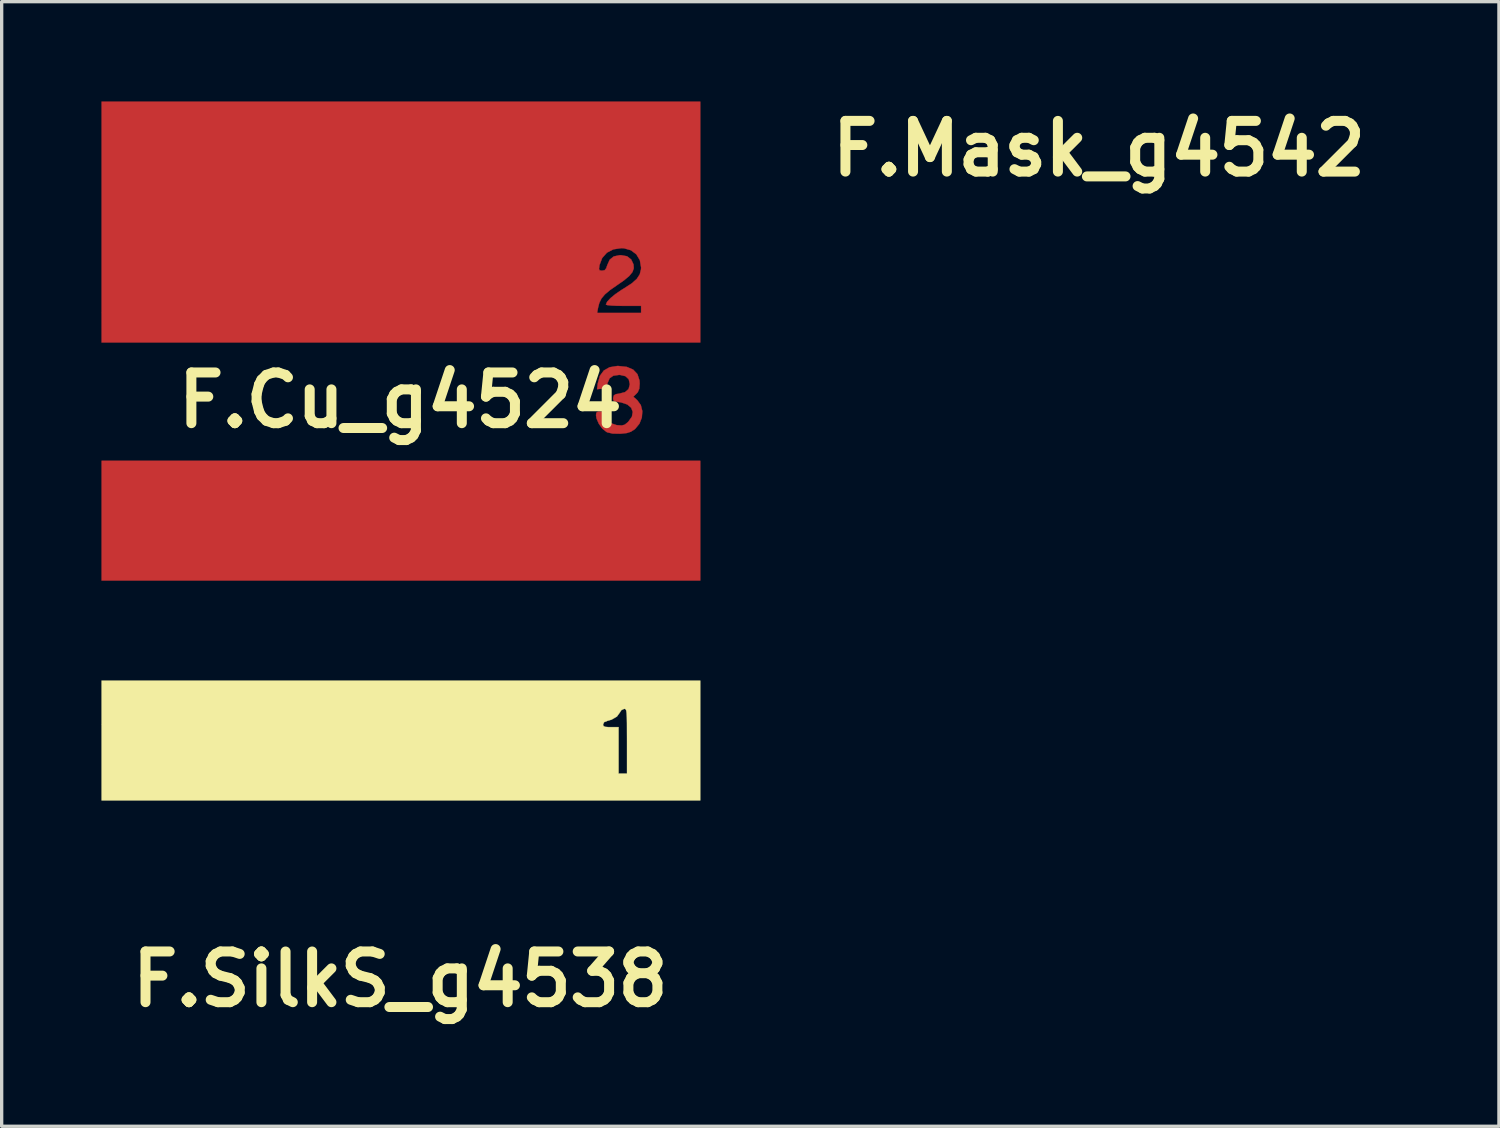
<source format=kicad_pcb>
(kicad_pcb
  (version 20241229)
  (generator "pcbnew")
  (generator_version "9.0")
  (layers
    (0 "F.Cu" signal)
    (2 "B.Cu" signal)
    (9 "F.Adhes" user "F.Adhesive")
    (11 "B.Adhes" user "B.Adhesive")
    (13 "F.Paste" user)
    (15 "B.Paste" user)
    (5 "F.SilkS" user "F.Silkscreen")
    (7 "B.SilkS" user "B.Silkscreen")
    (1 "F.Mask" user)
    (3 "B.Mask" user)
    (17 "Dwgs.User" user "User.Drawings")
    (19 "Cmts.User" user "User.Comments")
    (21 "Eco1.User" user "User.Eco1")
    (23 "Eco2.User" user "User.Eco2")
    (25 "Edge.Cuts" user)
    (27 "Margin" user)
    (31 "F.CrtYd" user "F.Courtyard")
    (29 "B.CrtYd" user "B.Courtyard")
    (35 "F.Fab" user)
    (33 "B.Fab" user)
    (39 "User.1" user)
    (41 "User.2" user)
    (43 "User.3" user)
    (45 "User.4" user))
  (footprint "F.Mask_g4542"
    (layer "F.Cu")
    (at 29.981 1.418)
    (property "Reference" "F.Mask_g4542" (at 0 0 0) (layer "F.SilkS") (effects (font (size 1.524 1.524) (thickness 0.3))))
    (attr through_hole)
    (fp_poly (pts (xy 6.626 2.96) (xy 6.635 3.067) (xy 6.639 3.224) (xy 6.637 3.376) (xy 6.625 3.831) (xy 6.292 3.844) (xy 6.125 3.848) (xy 6.027 3.843) (xy 5.984 3.827) (xy 5.982 3.797) (xy 5.983 3.791) (xy 6.021 3.721) (xy 6.094 3.608) (xy 6.19 3.468) (xy 6.298 3.316) (xy 6.406 3.169) (xy 6.502 3.044) (xy 6.574 2.956) (xy 6.612 2.921) (xy 6.612 2.921) (xy 6.626 2.96)) (stroke (width 0.01) (type solid)) (fill yes) (layer "F.Mask"))
    (fp_poly (pts (xy 9.017 9.017) (xy -8.975 9.017) (xy -8.975 7.628) (xy 5.801 7.628) (xy 5.83 7.722) (xy 5.905 7.828) (xy 6.02 7.929) (xy 6.069 7.962) (xy 6.236 8.024) (xy 6.439 8.041) (xy 6.643 8.015) (xy 6.756 7.975) (xy 6.913 7.857) (xy 7.028 7.684) (xy 7.091 7.481) (xy 7.092 7.27) (xy 7.07 7.178) (xy 6.974 7.01) (xy 6.82 6.882) (xy 6.632 6.802) (xy 6.431 6.779) (xy 6.239 6.823) (xy 6.22 6.832) (xy 6.128 6.874) (xy 6.077 6.891) (xy 6.074 6.89) (xy 6.075 6.846) (xy 6.087 6.741) (xy 6.108 6.597) (xy 6.109 6.593) (xy 6.152 6.308) (xy 6.569 6.308) (xy 6.759 6.307) (xy 6.88 6.302) (xy 6.948 6.29) (xy 6.977 6.265) (xy 6.985 6.225) (xy 6.985 6.202) (xy 6.985 6.096) (xy 6.015 6.096) (xy 5.992 6.234) (xy 5.942 6.538) (xy 5.909 6.768) (xy 5.891 6.935) (xy 5.888 7.047) (xy 5.901 7.115) (xy 5.928 7.147) (xy 5.962 7.154) (xy 6.049 7.125) (xy 6.115 7.072) (xy 6.248 6.984) (xy 6.421 6.957) (xy 6.583 6.985) (xy 6.733 7.064) (xy 6.822 7.188) (xy 6.857 7.369) (xy 6.858 7.421) (xy 6.825 7.615) (xy 6.732 7.763) (xy 6.591 7.852) (xy 6.457 7.874) (xy 6.282 7.849) (xy 6.137 7.781) (xy 6.045 7.683) (xy 6.029 7.64) (xy 5.98 7.556) (xy 5.901 7.535) (xy 5.822 7.561) (xy 5.801 7.628) (xy -8.975 7.628) (xy -8.975 3.916) (xy 5.757 3.916) (xy 5.757 4.022) (xy 6.646 4.022) (xy 6.646 4.255) (xy 6.649 4.388) (xy 6.664 4.457) (xy 6.699 4.484) (xy 6.752 4.487) (xy 6.813 4.481) (xy 6.844 4.449) (xy 6.856 4.371) (xy 6.858 4.255) (xy 6.86 4.121) (xy 6.874 4.052) (xy 6.911 4.026) (xy 6.983 4.022) (xy 6.985 4.022) (xy 7.078 4.008) (xy 7.111 3.959) (xy 7.112 3.937) (xy 7.092 3.875) (xy 7.018 3.853) (xy 6.985 3.852) (xy 6.858 3.852) (xy 6.858 3.196) (xy 6.858 2.948) (xy 6.855 2.772) (xy 6.85 2.655) (xy 6.838 2.587) (xy 6.82 2.553) (xy 6.792 2.542) (xy 6.763 2.541) (xy 6.716 2.558) (xy 6.652 2.611) (xy 6.564 2.708) (xy 6.446 2.858) (xy 6.291 3.067) (xy 6.212 3.176) (xy 6.032 3.433) (xy 5.895 3.643) (xy 5.803 3.799) (xy 5.76 3.897) (xy 5.757 3.916) (xy -8.975 3.916) (xy -8.975 1.82) (xy 9.017 1.82) (xy 9.017 9.017)) (stroke (width 0.01) (type solid)) (fill yes) (layer "F.Mask")))
  (footprint "F.Cu_g4524"
    (layer "F.Cu")
    (at 8.98 8.98)
    (property "Reference" "F.Cu_g4524" (at 0 0 0) (layer "F.SilkS") (effects (font (size 1.524 1.524) (thickness 0.3))))
    (attr through_hole)
    (fp_poly (pts (xy 9.017 5.419) (xy -8.975 5.419) (xy -8.975 1.82) (xy 9.017 1.82) (xy 9.017 5.419)) (stroke (width 0.01) (type solid)) (fill yes) (layer "F.Cu"))
    (fp_poly (pts (xy 9.017 -1.736) (xy -8.975 -1.736) (xy -8.975 -2.625) (xy 5.917 -2.625) (xy 7.239 -2.625) (xy 7.239 -2.836) (xy 6.71 -2.836) (xy 6.506 -2.839) (xy 6.34 -2.847) (xy 6.226 -2.859) (xy 6.181 -2.874) (xy 6.181 -2.875) (xy 6.217 -2.958) (xy 6.317 -3.067) (xy 6.469 -3.192) (xy 6.661 -3.323) (xy 6.737 -3.369) (xy 6.959 -3.513) (xy 7.11 -3.647) (xy 7.199 -3.784) (xy 7.236 -3.934) (xy 7.239 -3.992) (xy 7.202 -4.21) (xy 7.097 -4.385) (xy 6.934 -4.508) (xy 6.725 -4.568) (xy 6.646 -4.572) (xy 6.406 -4.536) (xy 6.211 -4.435) (xy 6.069 -4.275) (xy 5.989 -4.063) (xy 5.988 -4.053) (xy 5.974 -3.95) (xy 5.991 -3.905) (xy 6.051 -3.895) (xy 6.068 -3.895) (xy 6.144 -3.909) (xy 6.19 -3.966) (xy 6.223 -4.062) (xy 6.297 -4.226) (xy 6.419 -4.323) (xy 6.598 -4.36) (xy 6.635 -4.36) (xy 6.816 -4.328) (xy 6.942 -4.23) (xy 7.011 -4.082) (xy 7.019 -3.967) (xy 6.98 -3.855) (xy 6.885 -3.738) (xy 6.726 -3.604) (xy 6.52 -3.461) (xy 6.303 -3.31) (xy 6.149 -3.18) (xy 6.047 -3.057) (xy 5.983 -2.926) (xy 5.946 -2.783) (xy 5.917 -2.625) (xy -8.975 -2.625) (xy -8.975 -8.975) (xy 9.017 -8.975) (xy 9.017 -1.736)) (stroke (width 0.01) (type solid)) (fill yes) (layer "F.Cu"))
    (fp_poly (pts (xy 6.81 -1.002) (xy 7.002 -0.92) (xy 7.129 -0.784) (xy 7.191 -0.595) (xy 7.197 -0.497) (xy 7.184 -0.345) (xy 7.139 -0.242) (xy 7.101 -0.2) (xy 7.006 -0.106) (xy 7.125 0) (xy 7.231 0.147) (xy 7.276 0.327) (xy 7.261 0.521) (xy 7.189 0.705) (xy 7.062 0.859) (xy 7.039 0.878) (xy 6.932 0.946) (xy 6.814 0.985) (xy 6.654 1.003) (xy 6.609 1.006) (xy 6.387 1.002) (xy 6.229 0.966) (xy 6.198 0.952) (xy 6.076 0.854) (xy 5.97 0.708) (xy 5.9 0.549) (xy 5.884 0.449) (xy 5.895 0.375) (xy 5.942 0.344) (xy 6.032 0.339) (xy 6.133 0.347) (xy 6.174 0.383) (xy 6.181 0.44) (xy 6.218 0.584) (xy 6.326 0.688) (xy 6.497 0.746) (xy 6.53 0.75) (xy 6.659 0.758) (xy 6.746 0.735) (xy 6.83 0.669) (xy 6.856 0.644) (xy 6.963 0.495) (xy 6.989 0.351) (xy 6.941 0.225) (xy 6.823 0.126) (xy 6.639 0.065) (xy 6.603 0.059) (xy 6.477 0.039) (xy 6.415 0.013) (xy 6.398 -0.032) (xy 6.401 -0.076) (xy 6.422 -0.147) (xy 6.482 -0.183) (xy 6.582 -0.199) (xy 6.757 -0.244) (xy 6.863 -0.336) (xy 6.9 -0.478) (xy 6.9 -0.487) (xy 6.867 -0.632) (xy 6.768 -0.724) (xy 6.607 -0.761) (xy 6.577 -0.762) (xy 6.405 -0.738) (xy 6.294 -0.662) (xy 6.233 -0.525) (xy 6.228 -0.506) (xy 6.197 -0.405) (xy 6.138 -0.36) (xy 6.057 -0.346) (xy 5.915 -0.332) (xy 5.938 -0.506) (xy 6 -0.732) (xy 6.118 -0.893) (xy 6.293 -0.992) (xy 6.526 -1.03) (xy 6.554 -1.03) (xy 6.81 -1.002)) (stroke (width 0.01) (type solid)) (fill yes) (layer "F.Cu")))
  (footprint "F.SilkS_g4538"
    (layer "F.Cu")
    (at 8.98 26.383)
    (property "Reference" "F.SilkS_g4538" (at 0 0 0) (layer "F.SilkS") (effects (font (size 1.524 1.524) (thickness 0.3))))
    (attr through_hole)
    (fp_poly (pts (xy 9.017 -5.376) (xy -8.975 -5.376) (xy -8.975 -7.659) (xy 6.096 -7.659) (xy 6.107 -7.612) (xy 6.154 -7.587) (xy 6.256 -7.578) (xy 6.329 -7.578) (xy 6.562 -7.578) (xy 6.562 -6.181) (xy 6.816 -6.181) (xy 6.816 -7.154) (xy 6.815 -7.465) (xy 6.814 -7.702) (xy 6.811 -7.874) (xy 6.805 -7.993) (xy 6.795 -8.067) (xy 6.78 -8.107) (xy 6.76 -8.124) (xy 6.733 -8.128) (xy 6.73 -8.128) (xy 6.646 -8.09) (xy 6.605 -8.024) (xy 6.512 -7.896) (xy 6.351 -7.803) (xy 6.234 -7.769) (xy 6.129 -7.729) (xy 6.096 -7.662) (xy 6.096 -7.659) (xy -8.975 -7.659) (xy -8.975 -8.975) (xy 9.017 -8.975) (xy 9.017 -5.376)) (stroke (width 0.01) (type solid)) (fill yes) (layer "F.SilkS")))
  (gr_rect
    (start -3 -3)
    (end 42.003 30.801)
    (stroke (width 0.1) (type default))
    (fill no)
    (layer "Edge.Cuts")))
</source>
